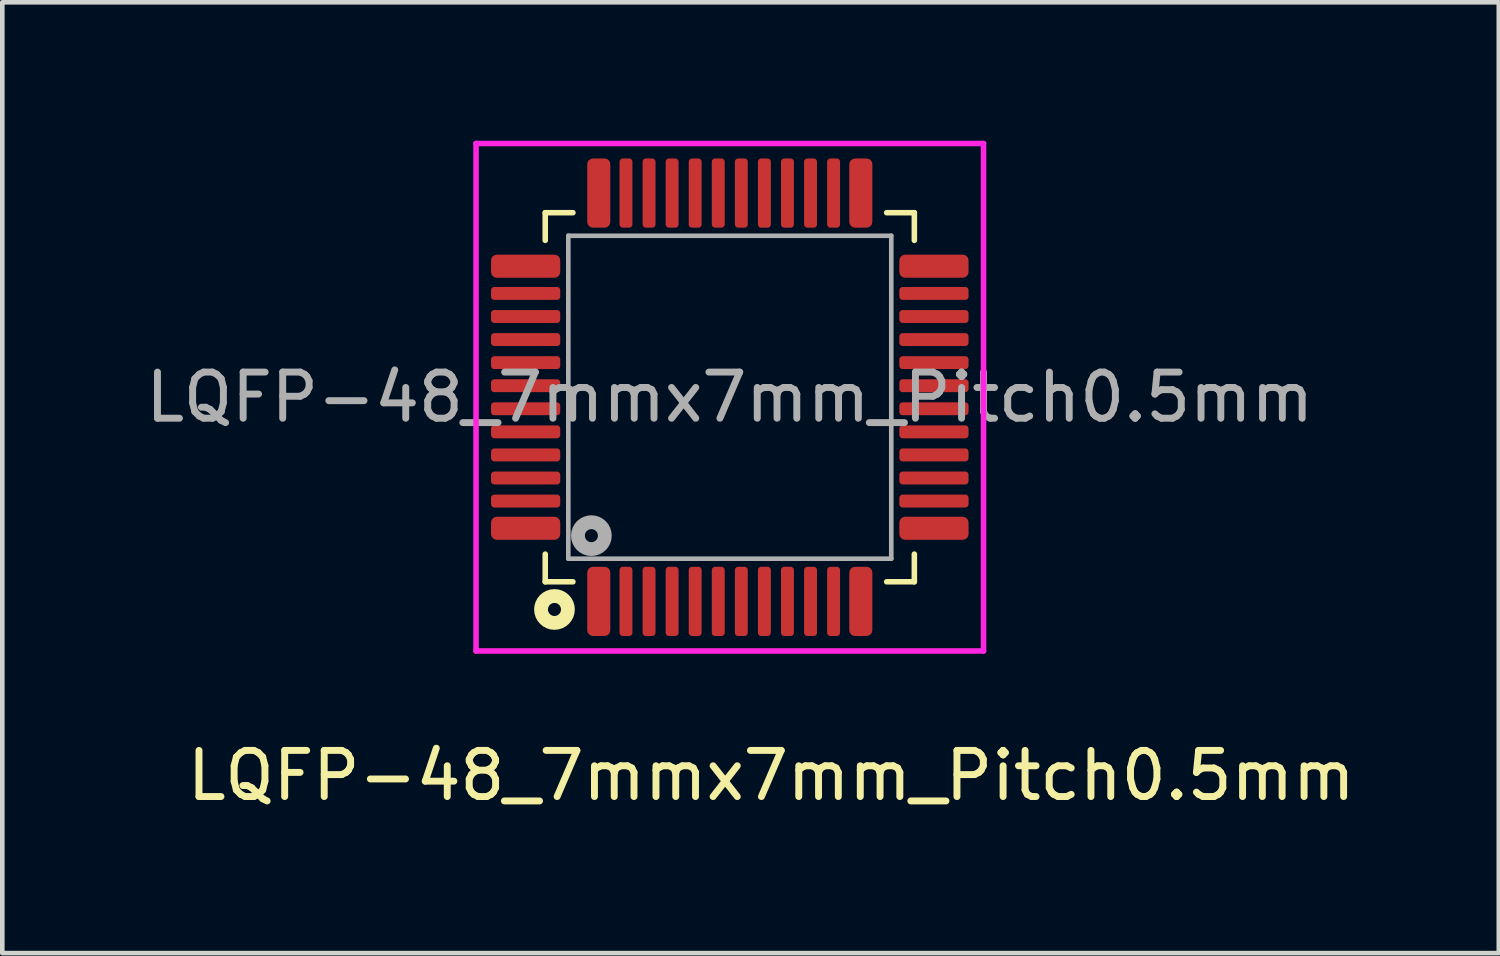
<source format=kicad_pcb>
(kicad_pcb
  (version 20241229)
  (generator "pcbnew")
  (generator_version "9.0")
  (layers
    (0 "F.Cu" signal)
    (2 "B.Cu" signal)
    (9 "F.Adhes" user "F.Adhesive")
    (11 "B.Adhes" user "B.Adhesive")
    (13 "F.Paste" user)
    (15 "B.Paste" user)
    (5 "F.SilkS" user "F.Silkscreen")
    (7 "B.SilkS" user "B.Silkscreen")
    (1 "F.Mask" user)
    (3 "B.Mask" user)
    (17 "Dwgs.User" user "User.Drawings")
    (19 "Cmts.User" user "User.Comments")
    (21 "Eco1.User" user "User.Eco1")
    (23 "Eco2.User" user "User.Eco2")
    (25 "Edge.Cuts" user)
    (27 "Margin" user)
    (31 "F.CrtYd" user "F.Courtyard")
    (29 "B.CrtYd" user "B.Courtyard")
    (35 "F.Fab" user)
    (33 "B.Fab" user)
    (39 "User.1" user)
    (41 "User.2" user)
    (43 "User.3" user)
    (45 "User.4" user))
  (footprint "LQFP-48_7mmx7mm_Pitch0.5mm"
    (layer "F.Cu")
    (at 12.768 5.56)
    (property "Reference" "LQFP-48_7mmx7mm_Pitch0.5mm" (at 0.9 8.2 0) (layer "F.SilkS") (effects (font (size 1 1) (thickness 0.15))))
    (attr smd)
    (fp_line (start -4 -4) (end -4 -3.4) (stroke (width 0.12) (type solid)) (layer "F.SilkS"))
    (fp_line (start -4 3.4) (end -4 4) (stroke (width 0.12) (type solid)) (layer "F.SilkS"))
    (fp_line (start -4 4) (end -3.4 4) (stroke (width 0.12) (type solid)) (layer "F.SilkS"))
    (fp_line (start -3.4 -4) (end -4 -4) (stroke (width 0.12) (type solid)) (layer "F.SilkS"))
    (fp_line (start 3.4 4) (end 4 4) (stroke (width 0.12) (type solid)) (layer "F.SilkS"))
    (fp_line (start 4 -4) (end 3.4 -4) (stroke (width 0.12) (type solid)) (layer "F.SilkS"))
    (fp_line (start 4 -3.4) (end 4 -4) (stroke (width 0.12) (type solid)) (layer "F.SilkS"))
    (fp_line (start 4 4) (end 4 3.4) (stroke (width 0.12) (type solid)) (layer "F.SilkS"))
    (fp_circle (center -3.8 4.6) (end -3.7 4.7) (stroke (width 0.3) (type solid)) (fill no) (layer "F.SilkS"))
    (fp_line (start -5.5 -5.5) (end 5.5 -5.5) (stroke (width 0.12) (type solid)) (layer "F.CrtYd"))
    (fp_line (start -5.5 5.5) (end -5.5 -5.5) (stroke (width 0.12) (type solid)) (layer "F.CrtYd"))
    (fp_line (start 5.5 -5.5) (end 5.5 5.5) (stroke (width 0.12) (type solid)) (layer "F.CrtYd"))
    (fp_line (start 5.5 5.5) (end -5.5 5.5) (stroke (width 0.12) (type solid)) (layer "F.CrtYd"))
    (fp_line (start -3.5 -3.5) (end 3.5 -3.5) (stroke (width 0.1) (type solid)) (layer "F.Fab"))
    (fp_line (start -3.5 3.5) (end -3.5 -3.5) (stroke (width 0.1) (type solid)) (layer "F.Fab"))
    (fp_line (start 3.5 -3.5) (end 3.5 3.5) (stroke (width 0.1) (type solid)) (layer "F.Fab"))
    (fp_line (start 3.5 3.5) (end -3.5 3.5) (stroke (width 0.1) (type solid)) (layer "F.Fab"))
    (fp_circle (center -3 3) (end -2.9 3.1) (stroke (width 0.3) (type solid)) (fill no) (layer "F.Fab"))
    (fp_text user "${REFERENCE}" (at 0 0 0) (layer "F.Fab") (effects (font (size 1 1) (thickness 0.15))))
    (pad "" smd roundrect (at -4.425 -2.84) (size 1 0.5) (layers "F.Paste") (roundrect_rratio 0.25))
    (pad "" smd roundrect (at -4.425 -2.25) (size 1 0.28) (layers "F.Paste") (roundrect_rratio 0.25))
    (pad "" smd roundrect (at -4.425 -1.75) (size 1 0.28) (layers "F.Paste") (roundrect_rratio 0.25))
    (pad "" smd roundrect (at -4.425 -1.25) (size 1 0.28) (layers "F.Paste") (roundrect_rratio 0.25))
    (pad "" smd roundrect (at -4.425 -0.75) (size 1 0.28) (layers "F.Paste") (roundrect_rratio 0.25))
    (pad "" smd roundrect (at -4.425 -0.25) (size 1 0.28) (layers "F.Paste") (roundrect_rratio 0.25))
    (pad "" smd roundrect (at -4.425 0.25) (size 1 0.28) (layers "F.Paste") (roundrect_rratio 0.25))
    (pad "" smd roundrect (at -4.425 0.75) (size 1 0.28) (layers "F.Paste") (roundrect_rratio 0.25))
    (pad "" smd roundrect (at -4.425 1.25) (size 1 0.28) (layers "F.Paste") (roundrect_rratio 0.25))
    (pad "" smd roundrect (at -4.425 1.75) (size 1 0.28) (layers "F.Paste") (roundrect_rratio 0.25))
    (pad "" smd roundrect (at -4.425 2.25) (size 1 0.28) (layers "F.Paste") (roundrect_rratio 0.25))
    (pad "" smd roundrect (at -4.425 2.84) (size 1 0.5) (layers "F.Paste") (roundrect_rratio 0.25))
    (pad "" smd roundrect (at -2.84 -4.425 270) (size 1 0.5) (layers "F.Paste") (roundrect_rratio 0.25))
    (pad "" smd roundrect (at -2.84 4.425 90) (size 1 0.5) (layers "F.Paste") (roundrect_rratio 0.25))
    (pad "" smd roundrect (at -2.25 -4.425 270) (size 1 0.28) (layers "F.Paste") (roundrect_rratio 0.25))
    (pad "" smd roundrect (at -2.25 4.425 90) (size 1 0.28) (layers "F.Paste") (roundrect_rratio 0.25))
    (pad "" smd roundrect (at -1.75 -4.425 270) (size 1 0.28) (layers "F.Paste") (roundrect_rratio 0.25))
    (pad "" smd roundrect (at -1.75 4.425 90) (size 1 0.28) (layers "F.Paste") (roundrect_rratio 0.25))
    (pad "" smd roundrect (at -1.25 -4.425 270) (size 1 0.28) (layers "F.Paste") (roundrect_rratio 0.25))
    (pad "" smd roundrect (at -1.25 4.425 90) (size 1 0.28) (layers "F.Paste") (roundrect_rratio 0.25))
    (pad "" smd roundrect (at -0.75 -4.425 270) (size 1 0.28) (layers "F.Paste") (roundrect_rratio 0.25))
    (pad "" smd roundrect (at -0.75 4.425 90) (size 1 0.28) (layers "F.Paste") (roundrect_rratio 0.25))
    (pad "" smd roundrect (at -0.25 -4.425 270) (size 1 0.28) (layers "F.Paste") (roundrect_rratio 0.25))
    (pad "" smd roundrect (at -0.25 4.425 90) (size 1 0.28) (layers "F.Paste") (roundrect_rratio 0.25))
    (pad "" smd roundrect (at 0.25 -4.425 270) (size 1 0.28) (layers "F.Paste") (roundrect_rratio 0.25))
    (pad "" smd roundrect (at 0.25 4.425 90) (size 1 0.28) (layers "F.Paste") (roundrect_rratio 0.25))
    (pad "" smd roundrect (at 0.75 -4.425 270) (size 1 0.28) (layers "F.Paste") (roundrect_rratio 0.25))
    (pad "" smd roundrect (at 0.75 4.425 90) (size 1 0.28) (layers "F.Paste") (roundrect_rratio 0.25))
    (pad "" smd roundrect (at 1.25 -4.425 270) (size 1 0.28) (layers "F.Paste") (roundrect_rratio 0.25))
    (pad "" smd roundrect (at 1.25 4.425 90) (size 1 0.28) (layers "F.Paste") (roundrect_rratio 0.25))
    (pad "" smd roundrect (at 1.75 -4.425 270) (size 1 0.28) (layers "F.Paste") (roundrect_rratio 0.25))
    (pad "" smd roundrect (at 1.75 4.425 90) (size 1 0.28) (layers "F.Paste") (roundrect_rratio 0.25))
    (pad "" smd roundrect (at 2.25 -4.425 270) (size 1 0.28) (layers "F.Paste") (roundrect_rratio 0.25))
    (pad "" smd roundrect (at 2.25 4.425 90) (size 1 0.28) (layers "F.Paste") (roundrect_rratio 0.25))
    (pad "" smd roundrect (at 2.84 -4.425 270) (size 1 0.5) (layers "F.Paste") (roundrect_rratio 0.25))
    (pad "" smd roundrect (at 2.84 4.425 90) (size 1 0.5) (layers "F.Paste") (roundrect_rratio 0.25))
    (pad "" smd roundrect (at 4.425 -2.84 180) (size 1 0.5) (layers "F.Paste") (roundrect_rratio 0.25))
    (pad "" smd roundrect (at 4.425 -2.25 180) (size 1 0.28) (layers "F.Paste") (roundrect_rratio 0.25))
    (pad "" smd roundrect (at 4.425 -1.75 180) (size 1 0.28) (layers "F.Paste") (roundrect_rratio 0.25))
    (pad "" smd roundrect (at 4.425 -1.25 180) (size 1 0.28) (layers "F.Paste") (roundrect_rratio 0.25))
    (pad "" smd roundrect (at 4.425 -0.75 180) (size 1 0.28) (layers "F.Paste") (roundrect_rratio 0.25))
    (pad "" smd roundrect (at 4.425 -0.25 180) (size 1 0.28) (layers "F.Paste") (roundrect_rratio 0.25))
    (pad "" smd roundrect (at 4.425 0.25 180) (size 1 0.28) (layers "F.Paste") (roundrect_rratio 0.25))
    (pad "" smd roundrect (at 4.425 0.75 180) (size 1 0.28) (layers "F.Paste") (roundrect_rratio 0.25))
    (pad "" smd roundrect (at 4.425 1.25 180) (size 1 0.28) (layers "F.Paste") (roundrect_rratio 0.25))
    (pad "" smd roundrect (at 4.425 1.75 180) (size 1 0.28) (layers "F.Paste") (roundrect_rratio 0.25))
    (pad "" smd roundrect (at 4.425 2.25 180) (size 1 0.28) (layers "F.Paste") (roundrect_rratio 0.25))
    (pad "" smd roundrect (at 4.425 2.84 180) (size 1 0.5) (layers "F.Paste") (roundrect_rratio 0.25))
    (pad "1" smd roundrect (at -2.84 4.425 90) (size 1.5 0.5) (layers "F.Cu" "F.Mask") (roundrect_rratio 0.25))
    (pad "2" smd roundrect (at -2.25 4.425 90) (size 1.5 0.28) (layers "F.Cu" "F.Mask") (roundrect_rratio 0.25))
    (pad "3" smd roundrect (at -1.75 4.425 90) (size 1.5 0.28) (layers "F.Cu" "F.Mask") (roundrect_rratio 0.25))
    (pad "4" smd roundrect (at -1.25 4.425 90) (size 1.5 0.28) (layers "F.Cu" "F.Mask") (roundrect_rratio 0.25))
    (pad "5" smd roundrect (at -0.75 4.425 90) (size 1.5 0.28) (layers "F.Cu" "F.Mask") (roundrect_rratio 0.25))
    (pad "6" smd roundrect (at -0.25 4.425 90) (size 1.5 0.28) (layers "F.Cu" "F.Mask") (roundrect_rratio 0.25))
    (pad "7" smd roundrect (at 0.25 4.425 90) (size 1.5 0.28) (layers "F.Cu" "F.Mask") (roundrect_rratio 0.25))
    (pad "8" smd roundrect (at 0.75 4.425 90) (size 1.5 0.28) (layers "F.Cu" "F.Mask") (roundrect_rratio 0.25))
    (pad "9" smd roundrect (at 1.25 4.425 90) (size 1.5 0.28) (layers "F.Cu" "F.Mask") (roundrect_rratio 0.25))
    (pad "10" smd roundrect (at 1.75 4.425 90) (size 1.5 0.28) (layers "F.Cu" "F.Mask") (roundrect_rratio 0.25))
    (pad "11" smd roundrect (at 2.25 4.425 90) (size 1.5 0.28) (layers "F.Cu" "F.Mask") (roundrect_rratio 0.25))
    (pad "12" smd roundrect (at 2.84 4.425 90) (size 1.5 0.5) (layers "F.Cu" "F.Mask") (roundrect_rratio 0.25))
    (pad "13" smd roundrect (at 4.425 2.84 180) (size 1.5 0.5) (layers "F.Cu" "F.Mask") (roundrect_rratio 0.25))
    (pad "14" smd roundrect (at 4.425 2.25 180) (size 1.5 0.28) (layers "F.Cu" "F.Mask") (roundrect_rratio 0.25))
    (pad "15" smd roundrect (at 4.425 1.75 180) (size 1.5 0.28) (layers "F.Cu" "F.Mask") (roundrect_rratio 0.25))
    (pad "16" smd roundrect (at 4.425 1.25 180) (size 1.5 0.28) (layers "F.Cu" "F.Mask") (roundrect_rratio 0.25))
    (pad "17" smd roundrect (at 4.425 0.75 180) (size 1.5 0.28) (layers "F.Cu" "F.Mask") (roundrect_rratio 0.25))
    (pad "18" smd roundrect (at 4.425 0.25 180) (size 1.5 0.28) (layers "F.Cu" "F.Mask") (roundrect_rratio 0.25))
    (pad "19" smd roundrect (at 4.425 -0.25 180) (size 1.5 0.28) (layers "F.Cu" "F.Mask") (roundrect_rratio 0.25))
    (pad "20" smd roundrect (at 4.425 -0.75 180) (size 1.5 0.28) (layers "F.Cu" "F.Mask") (roundrect_rratio 0.25))
    (pad "21" smd roundrect (at 4.425 -1.25 180) (size 1.5 0.28) (layers "F.Cu" "F.Mask") (roundrect_rratio 0.25))
    (pad "22" smd roundrect (at 4.425 -1.75 180) (size 1.5 0.28) (layers "F.Cu" "F.Mask") (roundrect_rratio 0.25))
    (pad "23" smd roundrect (at 4.425 -2.25 180) (size 1.5 0.28) (layers "F.Cu" "F.Mask") (roundrect_rratio 0.25))
    (pad "24" smd roundrect (at 4.425 -2.84 180) (size 1.5 0.5) (layers "F.Cu" "F.Mask") (roundrect_rratio 0.25))
    (pad "25" smd roundrect (at 2.84 -4.425 270) (size 1.5 0.5) (layers "F.Cu" "F.Mask") (roundrect_rratio 0.25))
    (pad "26" smd roundrect (at 2.25 -4.425 270) (size 1.5 0.28) (layers "F.Cu" "F.Mask") (roundrect_rratio 0.25))
    (pad "27" smd roundrect (at 1.75 -4.425 270) (size 1.5 0.28) (layers "F.Cu" "F.Mask") (roundrect_rratio 0.25))
    (pad "28" smd roundrect (at 1.25 -4.425 270) (size 1.5 0.28) (layers "F.Cu" "F.Mask") (roundrect_rratio 0.25))
    (pad "29" smd roundrect (at 0.75 -4.425 270) (size 1.5 0.28) (layers "F.Cu" "F.Mask") (roundrect_rratio 0.25))
    (pad "30" smd roundrect (at 0.25 -4.425 270) (size 1.5 0.28) (layers "F.Cu" "F.Mask") (roundrect_rratio 0.25))
    (pad "31" smd roundrect (at -0.25 -4.425 270) (size 1.5 0.28) (layers "F.Cu" "F.Mask") (roundrect_rratio 0.25))
    (pad "32" smd roundrect (at -0.75 -4.425 270) (size 1.5 0.28) (layers "F.Cu" "F.Mask") (roundrect_rratio 0.25))
    (pad "33" smd roundrect (at -1.25 -4.425 270) (size 1.5 0.28) (layers "F.Cu" "F.Mask") (roundrect_rratio 0.25))
    (pad "34" smd roundrect (at -1.75 -4.425 270) (size 1.5 0.28) (layers "F.Cu" "F.Mask") (roundrect_rratio 0.25))
    (pad "35" smd roundrect (at -2.25 -4.425 270) (size 1.5 0.28) (layers "F.Cu" "F.Mask") (roundrect_rratio 0.25))
    (pad "36" smd roundrect (at -2.84 -4.425 270) (size 1.5 0.5) (layers "F.Cu" "F.Mask") (roundrect_rratio 0.25))
    (pad "37" smd roundrect (at -4.425 -2.84) (size 1.5 0.5) (layers "F.Cu" "F.Mask") (roundrect_rratio 0.25))
    (pad "38" smd roundrect (at -4.425 -2.25) (size 1.5 0.28) (layers "F.Cu" "F.Mask") (roundrect_rratio 0.25))
    (pad "39" smd roundrect (at -4.425 -1.75) (size 1.5 0.28) (layers "F.Cu" "F.Mask") (roundrect_rratio 0.25))
    (pad "40" smd roundrect (at -4.425 -1.25) (size 1.5 0.28) (layers "F.Cu" "F.Mask") (roundrect_rratio 0.25))
    (pad "41" smd roundrect (at -4.425 -0.75) (size 1.5 0.28) (layers "F.Cu" "F.Mask") (roundrect_rratio 0.25))
    (pad "42" smd roundrect (at -4.425 -0.25) (size 1.5 0.28) (layers "F.Cu" "F.Mask") (roundrect_rratio 0.25))
    (pad "43" smd roundrect (at -4.425 0.25) (size 1.5 0.28) (layers "F.Cu" "F.Mask") (roundrect_rratio 0.25))
    (pad "44" smd roundrect (at -4.425 0.75) (size 1.5 0.28) (layers "F.Cu" "F.Mask") (roundrect_rratio 0.25))
    (pad "45" smd roundrect (at -4.425 1.25) (size 1.5 0.28) (layers "F.Cu" "F.Mask") (roundrect_rratio 0.25))
    (pad "46" smd roundrect (at -4.425 1.75) (size 1.5 0.28) (layers "F.Cu" "F.Mask") (roundrect_rratio 0.25))
    (pad "47" smd roundrect (at -4.425 2.25) (size 1.5 0.28) (layers "F.Cu" "F.Mask") (roundrect_rratio 0.25))
    (pad "48" smd roundrect (at -4.425 2.84) (size 1.5 0.5) (layers "F.Cu" "F.Mask") (roundrect_rratio 0.25)))
  (gr_rect
    (start -3 -3)
    (end 29.436 17.608)
    (stroke (width 0.1) (type default))
    (fill no)
    (layer "Edge.Cuts")))
</source>
